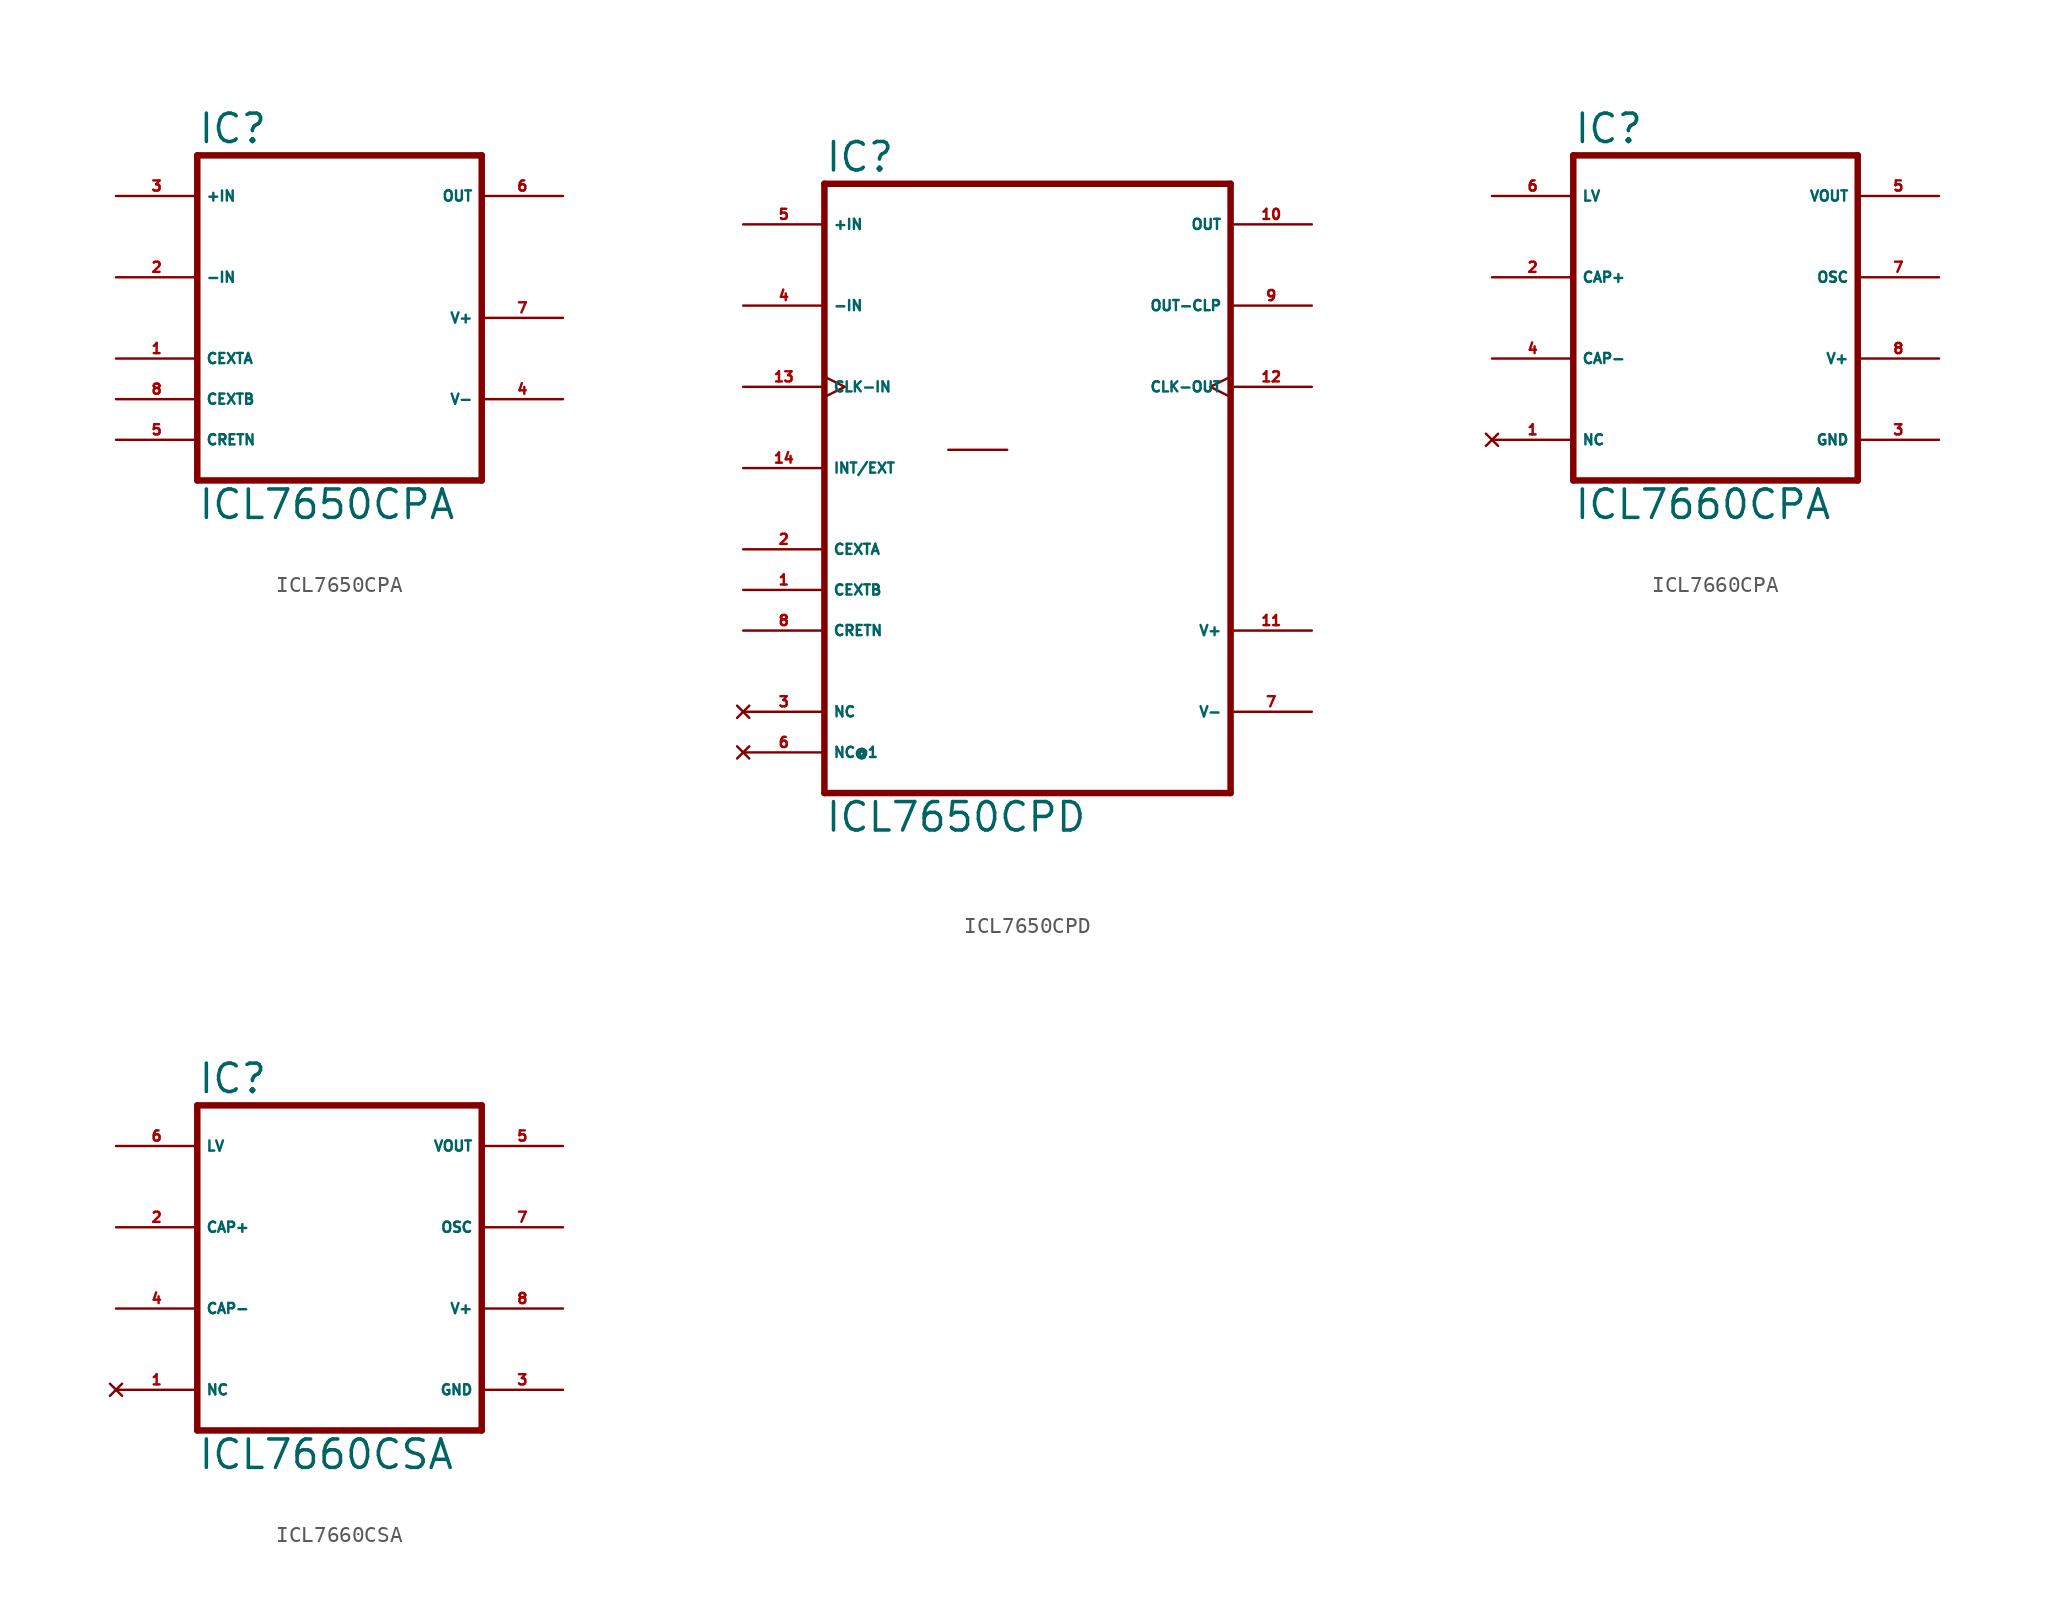
<source format=kicad_sym>
(kicad_symbol_lib
  (version 20220914)
  (generator Eagle2Kicad)
  (symbol "ICL7650CPA"
    (property "Reference" "IC"
      (at -10.16 10.795 0)
      (effects (font (size 1.778 1.778) (thickness 0.22)) (justify left bottom)))
    (property "Value" "ICL7650CPA"
      (at -10.16 -12.7 0)
      (effects (font (size 1.778 1.778) (thickness 0.22)) (justify left bottom)))
    (polyline
      (pts (xy -10.16 -10.16) (xy 7.62 -10.16))
      (stroke (width 0.406) (type default))
      (fill (type none)))
    (polyline
      (pts (xy 7.62 10.16) (xy 7.62 -10.16))
      (stroke (width 0.406) (type default))
      (fill (type none)))
    (polyline
      (pts (xy 7.62 10.16) (xy -10.16 10.16))
      (stroke (width 0.406) (type default))
      (fill (type none)))
    (polyline
      (pts (xy -10.16 -10.16) (xy -10.16 10.16))
      (stroke (width 0.406) (type default))
      (fill (type none)))
    (pin input line
      (at -15.24 7.62 0)
      (length 5.08)
      (name "+IN" (effects (font (size 0.635 0.635) (thickness 0.08)) (justify left bottom)))
      (number "3" (effects (font (size 0.635 0.635) (thickness 0.08)) (justify left bottom))))
    (pin input line
      (at -15.24 2.54 0)
      (length 5.08)
      (name "-IN" (effects (font (size 0.635 0.635) (thickness 0.08)) (justify left bottom)))
      (number "2" (effects (font (size 0.635 0.635) (thickness 0.08)) (justify left bottom))))
    (pin passive line
      (at -15.24 -2.54 0)
      (length 5.08)
      (name "CEXTA" (effects (font (size 0.635 0.635) (thickness 0.08)) (justify left bottom)))
      (number "1" (effects (font (size 0.635 0.635) (thickness 0.08)) (justify left bottom))))
    (pin passive line
      (at -15.24 -5.08 0)
      (length 5.08)
      (name "CEXTB" (effects (font (size 0.635 0.635) (thickness 0.08)) (justify left bottom)))
      (number "8" (effects (font (size 0.635 0.635) (thickness 0.08)) (justify left bottom))))
    (pin passive line
      (at -15.24 -7.62 0)
      (length 5.08)
      (name "CRETN" (effects (font (size 0.635 0.635) (thickness 0.08)) (justify left bottom)))
      (number "5" (effects (font (size 0.635 0.635) (thickness 0.08)) (justify left bottom))))
    (pin unspecified line
      (at 12.7 -5.08 180)
      (length 5.08)
      (name "V-" (effects (font (size 0.635 0.635) (thickness 0.08)) (justify left bottom)))
      (number "4" (effects (font (size 0.635 0.635) (thickness 0.08)) (justify left bottom))))
    (pin unspecified line
      (at 12.7 0 180)
      (length 5.08)
      (name "V+" (effects (font (size 0.635 0.635) (thickness 0.08)) (justify left bottom)))
      (number "7" (effects (font (size 0.635 0.635) (thickness 0.08)) (justify left bottom))))
    (pin output line
      (at 12.7 7.62 180)
      (length 5.08)
      (name "OUT" (effects (font (size 0.635 0.635) (thickness 0.08)) (justify left bottom)))
      (number "6" (effects (font (size 0.635 0.635) (thickness 0.08)) (justify left bottom)))))
  (symbol "ICL7650CPD"
    (property "Reference" "IC"
      (at -12.7 18.415 0)
      (effects (font (size 1.778 1.778) (thickness 0.22)) (justify left bottom)))
    (property "Value" "ICL7650CPD"
      (at -12.7 -22.86 0)
      (effects (font (size 1.778 1.778) (thickness 0.22)) (justify left bottom)))
    (polyline
      (pts (xy -12.7 -20.32) (xy 12.7 -20.32))
      (stroke (width 0.406) (type default))
      (fill (type none)))
    (polyline
      (pts (xy 12.7 17.78) (xy 12.7 -20.32))
      (stroke (width 0.406) (type default))
      (fill (type none)))
    (polyline
      (pts (xy 12.7 17.78) (xy -12.7 17.78))
      (stroke (width 0.406) (type default))
      (fill (type none)))
    (polyline
      (pts (xy -12.7 -20.32) (xy -12.7 17.78))
      (stroke (width 0.406) (type default))
      (fill (type none)))
    (polyline
      (pts (xy -4.953 1.143) (xy -1.27 1.143))
      (stroke (width 0.152) (type default))
      (fill (type none)))
    (pin input line
      (at -17.78 15.24 0)
      (length 5.08)
      (name "+IN" (effects (font (size 0.635 0.635) (thickness 0.08)) (justify left bottom)))
      (number "5" (effects (font (size 0.635 0.635) (thickness 0.08)) (justify left bottom))))
    (pin input line
      (at -17.78 10.16 0)
      (length 5.08)
      (name "-IN" (effects (font (size 0.635 0.635) (thickness 0.08)) (justify left bottom)))
      (number "4" (effects (font (size 0.635 0.635) (thickness 0.08)) (justify left bottom))))
    (pin input line
      (at -17.78 0 0)
      (length 5.08)
      (name "INT/EXT" (effects (font (size 0.635 0.635) (thickness 0.08)) (justify left bottom)))
      (number "14" (effects (font (size 0.635 0.635) (thickness 0.08)) (justify left bottom))))
    (pin input clock
      (at -17.78 5.08 0)
      (length 5.08)
      (name "CLK-IN" (effects (font (size 0.635 0.635) (thickness 0.08)) (justify left bottom)))
      (number "13" (effects (font (size 0.635 0.635) (thickness 0.08)) (justify left bottom))))
    (pin passive line
      (at -17.78 -5.08 0)
      (length 5.08)
      (name "CEXTA" (effects (font (size 0.635 0.635) (thickness 0.08)) (justify left bottom)))
      (number "2" (effects (font (size 0.635 0.635) (thickness 0.08)) (justify left bottom))))
    (pin passive line
      (at -17.78 -7.62 0)
      (length 5.08)
      (name "CEXTB" (effects (font (size 0.635 0.635) (thickness 0.08)) (justify left bottom)))
      (number "1" (effects (font (size 0.635 0.635) (thickness 0.08)) (justify left bottom))))
    (pin passive line
      (at -17.78 -10.16 0)
      (length 5.08)
      (name "CRETN" (effects (font (size 0.635 0.635) (thickness 0.08)) (justify left bottom)))
      (number "8" (effects (font (size 0.635 0.635) (thickness 0.08)) (justify left bottom))))
    (pin output line
      (at 17.78 15.24 180)
      (length 5.08)
      (name "OUT" (effects (font (size 0.635 0.635) (thickness 0.08)) (justify left bottom)))
      (number "10" (effects (font (size 0.635 0.635) (thickness 0.08)) (justify left bottom))))
    (pin output line
      (at 17.78 10.16 180)
      (length 5.08)
      (name "OUT-CLP" (effects (font (size 0.635 0.635) (thickness 0.08)) (justify left bottom)))
      (number "9" (effects (font (size 0.635 0.635) (thickness 0.08)) (justify left bottom))))
    (pin output clock
      (at 17.78 5.08 180)
      (length 5.08)
      (name "CLK-OUT" (effects (font (size 0.635 0.635) (thickness 0.08)) (justify left bottom)))
      (number "12" (effects (font (size 0.635 0.635) (thickness 0.08)) (justify left bottom))))
    (pin unspecified line
      (at 17.78 -15.24 180)
      (length 5.08)
      (name "V-" (effects (font (size 0.635 0.635) (thickness 0.08)) (justify left bottom)))
      (number "7" (effects (font (size 0.635 0.635) (thickness 0.08)) (justify left bottom))))
    (pin unspecified line
      (at 17.78 -10.16 180)
      (length 5.08)
      (name "V+" (effects (font (size 0.635 0.635) (thickness 0.08)) (justify left bottom)))
      (number "11" (effects (font (size 0.635 0.635) (thickness 0.08)) (justify left bottom))))
    (pin no_connect line
      (at -17.78 -17.78 0)
      (length 5.08)
      (name "NC@1" (effects (font (size 0.635 0.635) (thickness 0.08)) (justify left bottom) hide))
      (number "6" (effects (font (size 0.635 0.635) (thickness 0.08)) (justify left bottom) hide)))
    (pin no_connect line
      (at -17.78 -15.24 0)
      (length 5.08)
      (name "NC" (effects (font (size 0.635 0.635) (thickness 0.08)) (justify left bottom) hide))
      (number "3" (effects (font (size 0.635 0.635) (thickness 0.08)) (justify left bottom) hide))))
  (symbol "ICL7660CPA"
    (property "Reference" "IC"
      (at -10.16 10.795 0)
      (effects (font (size 1.778 1.778) (thickness 0.22)) (justify left bottom)))
    (property "Value" "ICL7660CPA"
      (at -10.16 -12.7 0)
      (effects (font (size 1.778 1.778) (thickness 0.22)) (justify left bottom)))
    (polyline
      (pts (xy -10.16 -10.16) (xy -10.16 10.16))
      (stroke (width 0.406) (type default))
      (fill (type none)))
    (polyline
      (pts (xy 7.62 10.16) (xy -10.16 10.16))
      (stroke (width 0.406) (type default))
      (fill (type none)))
    (polyline
      (pts (xy 7.62 10.16) (xy 7.62 -10.16))
      (stroke (width 0.406) (type default))
      (fill (type none)))
    (polyline
      (pts (xy -10.16 -10.16) (xy 7.62 -10.16))
      (stroke (width 0.406) (type default))
      (fill (type none)))
    (pin passive line
      (at -15.24 7.62 0)
      (length 5.08)
      (name "LV" (effects (font (size 0.635 0.635) (thickness 0.08)) (justify left bottom)))
      (number "6" (effects (font (size 0.635 0.635) (thickness 0.08)) (justify left bottom))))
    (pin passive line
      (at -15.24 -2.54 0)
      (length 5.08)
      (name "CAP-" (effects (font (size 0.635 0.635) (thickness 0.08)) (justify left bottom)))
      (number "4" (effects (font (size 0.635 0.635) (thickness 0.08)) (justify left bottom))))
    (pin no_connect line
      (at -15.24 -7.62 0)
      (length 5.08)
      (name "NC" (effects (font (size 0.635 0.635) (thickness 0.08)) (justify left bottom) hide))
      (number "1" (effects (font (size 0.635 0.635) (thickness 0.08)) (justify left bottom) hide)))
    (pin output line
      (at 12.7 7.62 180)
      (length 5.08)
      (name "VOUT" (effects (font (size 0.635 0.635) (thickness 0.08)) (justify left bottom)))
      (number "5" (effects (font (size 0.635 0.635) (thickness 0.08)) (justify left bottom))))
    (pin unspecified line
      (at 12.7 -7.62 180)
      (length 5.08)
      (name "GND" (effects (font (size 0.635 0.635) (thickness 0.08)) (justify left bottom)))
      (number "3" (effects (font (size 0.635 0.635) (thickness 0.08)) (justify left bottom))))
    (pin unspecified line
      (at 12.7 -2.54 180)
      (length 5.08)
      (name "V+" (effects (font (size 0.635 0.635) (thickness 0.08)) (justify left bottom)))
      (number "8" (effects (font (size 0.635 0.635) (thickness 0.08)) (justify left bottom))))
    (pin output line
      (at 12.7 2.54 180)
      (length 5.08)
      (name "OSC" (effects (font (size 0.635 0.635) (thickness 0.08)) (justify left bottom)))
      (number "7" (effects (font (size 0.635 0.635) (thickness 0.08)) (justify left bottom))))
    (pin passive line
      (at -15.24 2.54 0)
      (length 5.08)
      (name "CAP+" (effects (font (size 0.635 0.635) (thickness 0.08)) (justify left bottom)))
      (number "2" (effects (font (size 0.635 0.635) (thickness 0.08)) (justify left bottom)))))
  (symbol "ICL7660CSA"
    (property "Reference" "IC"
      (at -10.16 10.795 0)
      (effects (font (size 1.778 1.778) (thickness 0.22)) (justify left bottom)))
    (property "Value" "ICL7660CSA"
      (at -10.16 -12.7 0)
      (effects (font (size 1.778 1.778) (thickness 0.22)) (justify left bottom)))
    (polyline
      (pts (xy -10.16 -10.16) (xy -10.16 10.16))
      (stroke (width 0.406) (type default))
      (fill (type none)))
    (polyline
      (pts (xy 7.62 10.16) (xy -10.16 10.16))
      (stroke (width 0.406) (type default))
      (fill (type none)))
    (polyline
      (pts (xy 7.62 10.16) (xy 7.62 -10.16))
      (stroke (width 0.406) (type default))
      (fill (type none)))
    (polyline
      (pts (xy -10.16 -10.16) (xy 7.62 -10.16))
      (stroke (width 0.406) (type default))
      (fill (type none)))
    (pin passive line
      (at -15.24 7.62 0)
      (length 5.08)
      (name "LV" (effects (font (size 0.635 0.635) (thickness 0.08)) (justify left bottom)))
      (number "6" (effects (font (size 0.635 0.635) (thickness 0.08)) (justify left bottom))))
    (pin passive line
      (at -15.24 -2.54 0)
      (length 5.08)
      (name "CAP-" (effects (font (size 0.635 0.635) (thickness 0.08)) (justify left bottom)))
      (number "4" (effects (font (size 0.635 0.635) (thickness 0.08)) (justify left bottom))))
    (pin no_connect line
      (at -15.24 -7.62 0)
      (length 5.08)
      (name "NC" (effects (font (size 0.635 0.635) (thickness 0.08)) (justify left bottom) hide))
      (number "1" (effects (font (size 0.635 0.635) (thickness 0.08)) (justify left bottom) hide)))
    (pin output line
      (at 12.7 7.62 180)
      (length 5.08)
      (name "VOUT" (effects (font (size 0.635 0.635) (thickness 0.08)) (justify left bottom)))
      (number "5" (effects (font (size 0.635 0.635) (thickness 0.08)) (justify left bottom))))
    (pin unspecified line
      (at 12.7 -7.62 180)
      (length 5.08)
      (name "GND" (effects (font (size 0.635 0.635) (thickness 0.08)) (justify left bottom)))
      (number "3" (effects (font (size 0.635 0.635) (thickness 0.08)) (justify left bottom))))
    (pin unspecified line
      (at 12.7 -2.54 180)
      (length 5.08)
      (name "V+" (effects (font (size 0.635 0.635) (thickness 0.08)) (justify left bottom)))
      (number "8" (effects (font (size 0.635 0.635) (thickness 0.08)) (justify left bottom))))
    (pin output line
      (at 12.7 2.54 180)
      (length 5.08)
      (name "OSC" (effects (font (size 0.635 0.635) (thickness 0.08)) (justify left bottom)))
      (number "7" (effects (font (size 0.635 0.635) (thickness 0.08)) (justify left bottom))))
    (pin passive line
      (at -15.24 2.54 0)
      (length 5.08)
      (name "CAP+" (effects (font (size 0.635 0.635) (thickness 0.08)) (justify left bottom)))
      (number "2" (effects (font (size 0.635 0.635) (thickness 0.08)) (justify left bottom))))))
</source>
